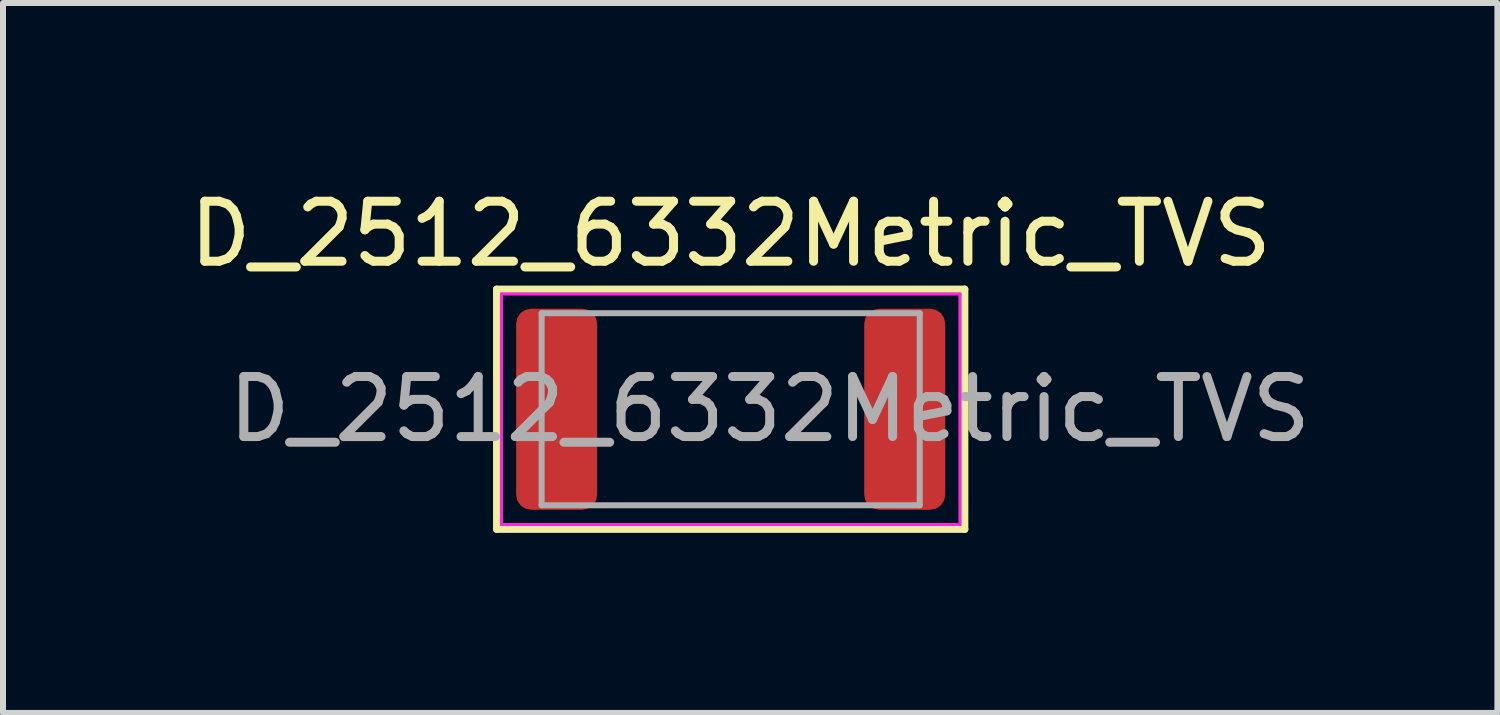
<source format=kicad_pcb>
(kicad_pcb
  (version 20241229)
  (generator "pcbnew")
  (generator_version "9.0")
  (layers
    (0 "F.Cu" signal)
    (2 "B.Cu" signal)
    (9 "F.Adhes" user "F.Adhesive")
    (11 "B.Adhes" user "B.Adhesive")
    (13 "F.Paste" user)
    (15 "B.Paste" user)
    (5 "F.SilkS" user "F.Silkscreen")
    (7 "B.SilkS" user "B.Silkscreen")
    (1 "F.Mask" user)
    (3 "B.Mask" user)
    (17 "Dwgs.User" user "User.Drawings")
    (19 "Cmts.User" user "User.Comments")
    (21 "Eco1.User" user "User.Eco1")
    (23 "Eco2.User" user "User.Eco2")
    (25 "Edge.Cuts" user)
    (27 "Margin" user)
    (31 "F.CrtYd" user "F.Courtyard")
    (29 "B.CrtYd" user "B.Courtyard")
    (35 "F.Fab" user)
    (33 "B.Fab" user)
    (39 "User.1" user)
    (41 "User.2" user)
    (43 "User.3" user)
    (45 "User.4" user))
  (footprint "D_2512_6332Metric_TVS"
    (layer "F.Cu")
    (at 9.125 3.769)
    (property "Reference" "D_2512_6332Metric_TVS" (at 0 -2.921 0) (layer "F.SilkS") (effects (font (size 1 1) (thickness 0.15))))
    (attr smd)
    (fp_line (start -3.9 -2) (end -3.9 2) (stroke (width 0.12) (type solid)) (layer "F.SilkS"))
    (fp_line (start -3.9 2) (end 3.9 2) (stroke (width 0.12) (type solid)) (layer "F.SilkS"))
    (fp_line (start 3.9 -2) (end -3.9 -2) (stroke (width 0.12) (type solid)) (layer "F.SilkS"))
    (fp_line (start 3.9 2) (end 3.9 -2) (stroke (width 0.12) (type solid)) (layer "F.SilkS"))
    (fp_line (start -3.82 -1.92) (end 3.82 -1.92) (stroke (width 0.05) (type solid)) (layer "F.CrtYd"))
    (fp_line (start -3.82 1.92) (end -3.82 -1.92) (stroke (width 0.05) (type solid)) (layer "F.CrtYd"))
    (fp_line (start 3.82 -1.92) (end 3.82 1.92) (stroke (width 0.05) (type solid)) (layer "F.CrtYd"))
    (fp_line (start 3.82 1.92) (end -3.82 1.92) (stroke (width 0.05) (type solid)) (layer "F.CrtYd"))
    (fp_line (start -3.15 -1.6) (end -3.15 1.6) (stroke (width 0.1) (type solid)) (layer "F.Fab"))
    (fp_line (start -3.15 1.6) (end 3.15 1.6) (stroke (width 0.1) (type solid)) (layer "F.Fab"))
    (fp_line (start 3.15 -1.6) (end -3.15 -1.6) (stroke (width 0.1) (type solid)) (layer "F.Fab"))
    (fp_line (start 3.15 1.6) (end 3.15 -1.6) (stroke (width 0.1) (type solid)) (layer "F.Fab"))
    (fp_text user "${REFERENCE}" (at 0.65 0 0) (layer "F.Fab") (effects (font (size 1 1) (thickness 0.15))))
    (pad "1" smd roundrect (at -2.9 0) (size 1.35 3.35) (layers "F.Cu" "F.Mask" "F.Paste") (roundrect_rratio 0.185))
    (pad "2" smd roundrect (at 2.9 0) (size 1.35 3.35) (layers "F.Cu" "F.Mask" "F.Paste") (roundrect_rratio 0.185)))
  (gr_rect
    (start -3 -3)
    (end 21.9 8.829)
    (stroke (width 0.1) (type default))
    (fill no)
    (layer "Edge.Cuts")))
</source>
